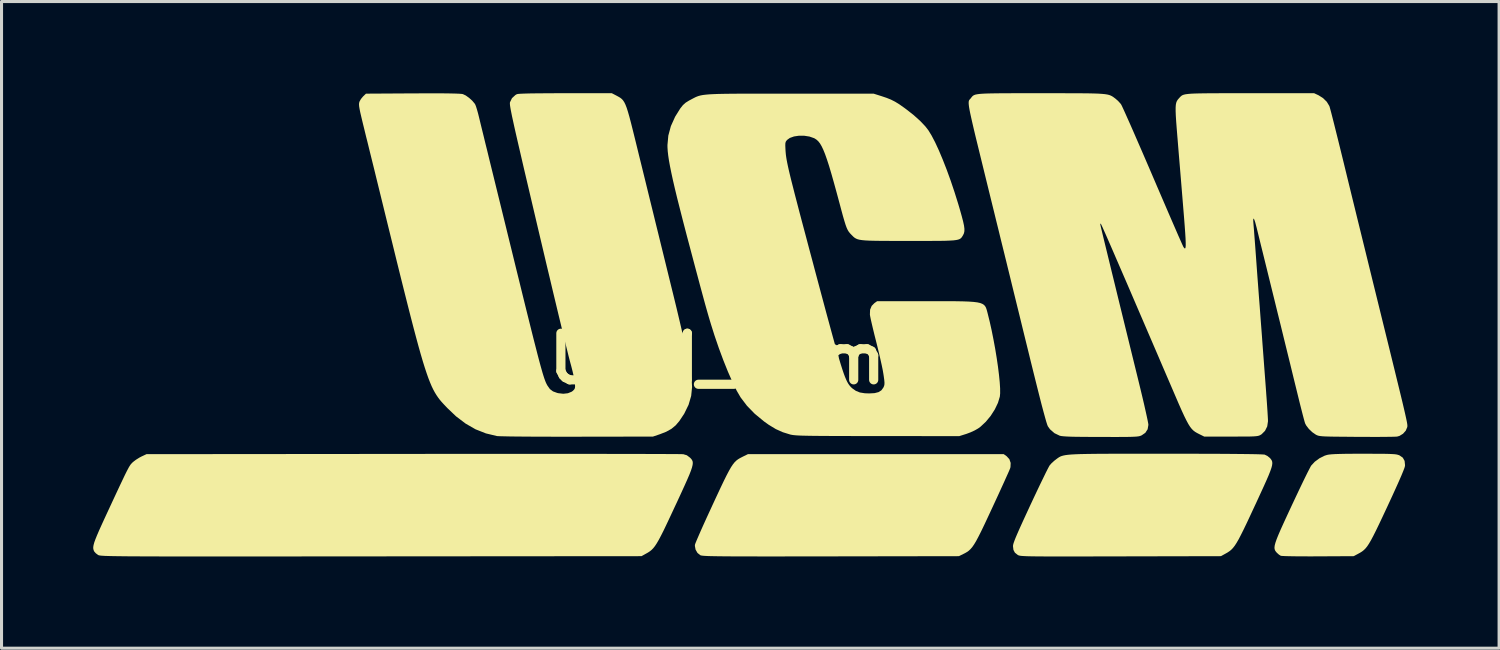
<source format=kicad_pcb>
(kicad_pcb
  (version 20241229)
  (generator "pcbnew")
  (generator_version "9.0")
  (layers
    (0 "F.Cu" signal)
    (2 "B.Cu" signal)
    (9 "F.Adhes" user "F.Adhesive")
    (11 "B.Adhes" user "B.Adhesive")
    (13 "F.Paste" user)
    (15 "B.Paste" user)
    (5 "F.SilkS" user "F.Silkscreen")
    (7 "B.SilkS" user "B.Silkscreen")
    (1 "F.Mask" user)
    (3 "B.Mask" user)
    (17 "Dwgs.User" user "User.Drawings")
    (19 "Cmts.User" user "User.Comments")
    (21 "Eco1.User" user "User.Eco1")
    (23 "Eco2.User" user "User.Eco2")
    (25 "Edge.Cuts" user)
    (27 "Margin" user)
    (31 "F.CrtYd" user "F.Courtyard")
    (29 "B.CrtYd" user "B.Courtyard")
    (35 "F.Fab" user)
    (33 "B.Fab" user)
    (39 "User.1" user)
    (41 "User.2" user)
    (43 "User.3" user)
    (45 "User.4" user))
  (footprint "UCM_15mm"
    (layer "F.Cu")
    (at 21.432 8.687)
    (property "Reference" "UCM_15mm" (at 0 0 0) (layer "F.SilkS") (effects (font (size 1.524 1.524) (thickness 0.3))))
    (attr board_only exclude_from_pos_files exclude_from_bom)
    (fp_poly (pts (xy 8.449 3.187) (xy 8.539 3.284) (xy 8.582 3.407) (xy 8.576 3.544) (xy 8.564 3.586) (xy 8.544 3.635) (xy 8.503 3.73) (xy 8.442 3.865) (xy 8.366 4.035) (xy 8.275 4.234) (xy 8.174 4.455) (xy 8.064 4.693) (xy 7.981 4.872) (xy 7.84 5.175) (xy 7.72 5.431) (xy 7.618 5.643) (xy 7.53 5.817) (xy 7.455 5.958) (xy 7.388 6.07) (xy 7.328 6.157) (xy 7.27 6.225) (xy 7.213 6.279) (xy 7.153 6.322) (xy 7.087 6.36) (xy 7.033 6.387) (xy 6.889 6.458) (xy 2.704 6.465) (xy 2.127 6.466) (xy 1.604 6.466) (xy 1.133 6.467) (xy 0.712 6.467) (xy 0.337 6.467) (xy 0.006 6.466) (xy -0.284 6.466) (xy -0.536 6.465) (xy -0.753 6.463) (xy -0.937 6.462) (xy -1.091 6.459) (xy -1.218 6.457) (xy -1.32 6.454) (xy -1.401 6.45) (xy -1.463 6.446) (xy -1.509 6.441) (xy -1.541 6.436) (xy -1.563 6.43) (xy -1.573 6.426) (xy -1.664 6.352) (xy -1.726 6.244) (xy -1.749 6.123) (xy -1.746 6.082) (xy -1.731 6.037) (xy -1.694 5.946) (xy -1.637 5.814) (xy -1.564 5.646) (xy -1.476 5.449) (xy -1.376 5.228) (xy -1.266 4.989) (xy -1.16 4.759) (xy -1.018 4.453) (xy -0.897 4.195) (xy -0.794 3.98) (xy -0.706 3.803) (xy -0.63 3.66) (xy -0.565 3.546) (xy -0.505 3.456) (xy -0.45 3.387) (xy -0.395 3.333) (xy -0.338 3.289) (xy -0.275 3.251) (xy -0.205 3.215) (xy -0.186 3.205) (xy -0.014 3.121) (xy 8.356 3.121)) (stroke (width 0) (type solid)) (fill yes) (layer "F.SilkS"))
    (fp_poly (pts (xy 20.135 3.107) (xy 20.411 3.108) (xy 20.637 3.109) (xy 20.816 3.11) (xy 20.957 3.113) (xy 21.065 3.118) (xy 21.145 3.123) (xy 21.205 3.131) (xy 21.25 3.142) (xy 21.287 3.154) (xy 21.303 3.161) (xy 21.411 3.236) (xy 21.47 3.342) (xy 21.484 3.481) (xy 21.48 3.517) (xy 21.464 3.573) (xy 21.424 3.677) (xy 21.363 3.825) (xy 21.281 4.013) (xy 21.18 4.238) (xy 21.063 4.495) (xy 20.93 4.782) (xy 20.9 4.847) (xy 20.758 5.15) (xy 20.637 5.406) (xy 20.534 5.619) (xy 20.446 5.794) (xy 20.371 5.935) (xy 20.305 6.048) (xy 20.246 6.137) (xy 20.19 6.206) (xy 20.135 6.26) (xy 20.078 6.305) (xy 20.016 6.344) (xy 19.949 6.381) (xy 19.805 6.458) (xy 18.64 6.464) (xy 18.385 6.465) (xy 18.146 6.464) (xy 17.93 6.463) (xy 17.744 6.46) (xy 17.593 6.457) (xy 17.485 6.452) (xy 17.426 6.447) (xy 17.418 6.445) (xy 17.359 6.408) (xy 17.293 6.349) (xy 17.288 6.344) (xy 17.255 6.305) (xy 17.231 6.267) (xy 17.216 6.222) (xy 17.213 6.168) (xy 17.222 6.099) (xy 17.246 6.011) (xy 17.285 5.899) (xy 17.342 5.758) (xy 17.417 5.584) (xy 17.513 5.372) (xy 17.63 5.118) (xy 17.77 4.817) (xy 17.776 4.804) (xy 17.893 4.555) (xy 18.005 4.318) (xy 18.109 4.1) (xy 18.203 3.906) (xy 18.284 3.742) (xy 18.349 3.615) (xy 18.394 3.529) (xy 18.414 3.495) (xy 18.531 3.369) (xy 18.684 3.256) (xy 18.851 3.172) (xy 18.933 3.146) (xy 18.992 3.135) (xy 19.076 3.126) (xy 19.191 3.119) (xy 19.341 3.114) (xy 19.533 3.11) (xy 19.771 3.108) (xy 20.06 3.107)) (stroke (width 0) (type solid)) (fill yes) (layer "F.SilkS"))
    (fp_poly (pts (xy 13.42 3.107) (xy 13.651 3.107) (xy 14.212 3.107) (xy 14.722 3.108) (xy 15.18 3.109) (xy 15.585 3.111) (xy 15.937 3.114) (xy 16.235 3.117) (xy 16.479 3.12) (xy 16.667 3.124) (xy 16.799 3.129) (xy 16.875 3.134) (xy 16.891 3.136) (xy 16.982 3.18) (xy 17.063 3.246) (xy 17.071 3.254) (xy 17.101 3.292) (xy 17.125 3.33) (xy 17.139 3.373) (xy 17.142 3.424) (xy 17.134 3.489) (xy 17.112 3.572) (xy 17.075 3.678) (xy 17.022 3.812) (xy 16.95 3.978) (xy 16.859 4.181) (xy 16.747 4.425) (xy 16.613 4.716) (xy 16.576 4.795) (xy 16.432 5.104) (xy 16.31 5.365) (xy 16.205 5.583) (xy 16.115 5.763) (xy 16.039 5.909) (xy 15.971 6.026) (xy 15.911 6.118) (xy 15.854 6.19) (xy 15.799 6.248) (xy 15.741 6.295) (xy 15.68 6.336) (xy 15.615 6.373) (xy 15.461 6.458) (xy 12.182 6.465) (xy 11.678 6.466) (xy 11.228 6.467) (xy 10.83 6.468) (xy 10.479 6.468) (xy 10.173 6.468) (xy 9.909 6.468) (xy 9.683 6.467) (xy 9.492 6.466) (xy 9.333 6.464) (xy 9.203 6.462) (xy 9.098 6.459) (xy 9.016 6.455) (xy 8.953 6.451) (xy 8.906 6.446) (xy 8.871 6.44) (xy 8.846 6.433) (xy 8.828 6.426) (xy 8.813 6.417) (xy 8.811 6.416) (xy 8.721 6.344) (xy 8.673 6.255) (xy 8.658 6.132) (xy 8.658 6.126) (xy 8.663 6.087) (xy 8.678 6.03) (xy 8.706 5.951) (xy 8.748 5.845) (xy 8.806 5.709) (xy 8.882 5.537) (xy 8.977 5.327) (xy 9.094 5.073) (xy 9.223 4.794) (xy 9.34 4.544) (xy 9.452 4.307) (xy 9.556 4.089) (xy 9.65 3.896) (xy 9.729 3.733) (xy 9.793 3.606) (xy 9.838 3.521) (xy 9.859 3.486) (xy 9.924 3.413) (xy 10.013 3.333) (xy 10.064 3.294) (xy 10.102 3.265) (xy 10.137 3.24) (xy 10.173 3.217) (xy 10.211 3.197) (xy 10.256 3.18) (xy 10.311 3.165) (xy 10.379 3.152) (xy 10.463 3.141) (xy 10.567 3.132) (xy 10.694 3.125) (xy 10.848 3.119) (xy 11.031 3.115) (xy 11.247 3.112) (xy 11.499 3.109) (xy 11.791 3.108) (xy 12.126 3.107) (xy 12.506 3.107) (xy 12.937 3.107)) (stroke (width 0) (type solid)) (fill yes) (layer "F.SilkS"))
    (fp_poly (pts (xy -6.998 3.111) (xy -6.411 3.111) (xy -5.852 3.111) (xy -5.323 3.112) (xy -4.827 3.112) (xy -4.365 3.113) (xy -3.94 3.113) (xy -3.553 3.114) (xy -3.209 3.115) (xy -2.907 3.116) (xy -2.652 3.117) (xy -2.445 3.118) (xy -2.288 3.119) (xy -2.183 3.121) (xy -2.133 3.122) (xy -2.13 3.122) (xy -2.012 3.157) (xy -1.91 3.234) (xy -1.904 3.239) (xy -1.868 3.277) (xy -1.841 3.315) (xy -1.823 3.357) (xy -1.817 3.408) (xy -1.823 3.472) (xy -1.843 3.555) (xy -1.878 3.661) (xy -1.93 3.794) (xy -2.001 3.959) (xy -2.091 4.16) (xy -2.202 4.403) (xy -2.335 4.691) (xy -2.395 4.818) (xy -2.538 5.125) (xy -2.66 5.384) (xy -2.763 5.6) (xy -2.852 5.777) (xy -2.928 5.921) (xy -2.995 6.036) (xy -3.055 6.127) (xy -3.111 6.198) (xy -3.166 6.254) (xy -3.223 6.3) (xy -3.284 6.34) (xy -3.341 6.372) (xy -3.495 6.458) (xy -12.34 6.465) (xy -13.186 6.466) (xy -13.976 6.466) (xy -14.712 6.467) (xy -15.396 6.467) (xy -16.03 6.468) (xy -16.617 6.468) (xy -17.157 6.468) (xy -17.653 6.468) (xy -18.108 6.468) (xy -18.521 6.468) (xy -18.897 6.467) (xy -19.235 6.467) (xy -19.54 6.466) (xy -19.811 6.465) (xy -20.052 6.464) (xy -20.264 6.463) (xy -20.449 6.461) (xy -20.61 6.459) (xy -20.747 6.457) (xy -20.863 6.455) (xy -20.959 6.452) (xy -21.039 6.45) (xy -21.102 6.446) (xy -21.153 6.443) (xy -21.191 6.439) (xy -21.22 6.435) (xy -21.242 6.431) (xy -21.257 6.426) (xy -21.269 6.421) (xy -21.277 6.416) (xy -21.348 6.363) (xy -21.397 6.308) (xy -21.4 6.303) (xy -21.419 6.261) (xy -21.43 6.216) (xy -21.432 6.164) (xy -21.422 6.099) (xy -21.4 6.015) (xy -21.362 5.909) (xy -21.308 5.775) (xy -21.236 5.608) (xy -21.143 5.402) (xy -21.029 5.154) (xy -20.931 4.943) (xy -20.786 4.631) (xy -20.663 4.367) (xy -20.56 4.147) (xy -20.474 3.966) (xy -20.404 3.819) (xy -20.347 3.703) (xy -20.3 3.613) (xy -20.263 3.544) (xy -20.231 3.493) (xy -20.204 3.454) (xy -20.178 3.425) (xy -20.153 3.399) (xy -20.127 3.375) (xy -20.034 3.304) (xy -19.919 3.232) (xy -19.852 3.197) (xy -19.69 3.121) (xy -10.974 3.113) (xy -10.268 3.112) (xy -9.577 3.112) (xy -8.901 3.111) (xy -8.245 3.111) (xy -7.61 3.111)) (stroke (width 0) (type solid)) (fill yes) (layer "F.SilkS"))
    (fp_poly (pts (xy -4.311 -8.607) (xy -4.247 -8.572) (xy -4.191 -8.539) (xy -4.143 -8.501) (xy -4.1 -8.455) (xy -4.06 -8.395) (xy -4.021 -8.316) (xy -3.981 -8.213) (xy -3.939 -8.082) (xy -3.892 -7.918) (xy -3.839 -7.716) (xy -3.777 -7.47) (xy -3.704 -7.176) (xy -3.654 -6.972) (xy -3.573 -6.641) (xy -3.482 -6.273) (xy -3.386 -5.883) (xy -3.289 -5.486) (xy -3.194 -5.099) (xy -3.104 -4.735) (xy -3.025 -4.411) (xy -3.019 -4.387) (xy -2.943 -4.079) (xy -2.862 -3.748) (xy -2.778 -3.408) (xy -2.695 -3.07) (xy -2.616 -2.748) (xy -2.544 -2.455) (xy -2.482 -2.203) (xy -2.474 -2.172) (xy -2.348 -1.655) (xy -2.238 -1.191) (xy -2.142 -0.777) (xy -2.06 -0.411) (xy -1.992 -0.09) (xy -1.937 0.187) (xy -1.895 0.424) (xy -1.866 0.623) (xy -1.848 0.786) (xy -1.841 0.916) (xy -1.841 0.93) (xy -1.87 1.216) (xy -1.955 1.505) (xy -2.097 1.796) (xy -2.256 2.036) (xy -2.379 2.18) (xy -2.518 2.294) (xy -2.687 2.388) (xy -2.891 2.468) (xy -3.121 2.546) (xy -5.595 2.55) (xy -5.988 2.55) (xy -6.363 2.55) (xy -6.716 2.549) (xy -7.042 2.548) (xy -7.337 2.546) (xy -7.597 2.544) (xy -7.819 2.541) (xy -7.997 2.537) (xy -8.128 2.534) (xy -8.208 2.53) (xy -8.226 2.528) (xy -8.585 2.442) (xy -8.924 2.308) (xy -9.248 2.122) (xy -9.562 1.884) (xy -9.84 1.619) (xy -9.911 1.546) (xy -9.976 1.476) (xy -10.038 1.408) (xy -10.096 1.339) (xy -10.151 1.266) (xy -10.204 1.188) (xy -10.256 1.103) (xy -10.308 1.007) (xy -10.36 0.899) (xy -10.412 0.776) (xy -10.467 0.636) (xy -10.523 0.477) (xy -10.583 0.296) (xy -10.647 0.091) (xy -10.715 -0.14) (xy -10.788 -0.399) (xy -10.867 -0.69) (xy -10.953 -1.014) (xy -11.046 -1.373) (xy -11.147 -1.77) (xy -11.257 -2.207) (xy -11.377 -2.687) (xy -11.507 -3.211) (xy -11.647 -3.783) (xy -11.8 -4.403) (xy -11.965 -5.076) (xy -12.11 -5.667) (xy -12.175 -5.931) (xy -12.246 -6.223) (xy -12.321 -6.525) (xy -12.394 -6.82) (xy -12.46 -7.09) (xy -12.504 -7.263) (xy -12.57 -7.534) (xy -12.624 -7.754) (xy -12.666 -7.931) (xy -12.698 -8.069) (xy -12.719 -8.175) (xy -12.732 -8.254) (xy -12.737 -8.312) (xy -12.735 -8.356) (xy -12.728 -8.391) (xy -12.717 -8.422) (xy -12.672 -8.5) (xy -12.607 -8.579) (xy -12.595 -8.59) (xy -12.509 -8.673) (xy -10.979 -8.682) (xy -10.594 -8.683) (xy -10.265 -8.684) (xy -9.988 -8.683) (xy -9.763 -8.68) (xy -9.587 -8.676) (xy -9.458 -8.671) (xy -9.374 -8.664) (xy -9.339 -8.658) (xy -9.244 -8.613) (xy -9.135 -8.535) (xy -9.032 -8.442) (xy -8.953 -8.348) (xy -8.932 -8.313) (xy -8.909 -8.254) (xy -8.878 -8.154) (xy -8.843 -8.03) (xy -8.82 -7.938) (xy -8.796 -7.84) (xy -8.761 -7.695) (xy -8.716 -7.511) (xy -8.663 -7.297) (xy -8.606 -7.061) (xy -8.544 -6.812) (xy -8.486 -6.573) (xy -8.422 -6.312) (xy -8.347 -6.008) (xy -8.265 -5.673) (xy -8.178 -5.319) (xy -8.089 -4.958) (xy -8.002 -4.603) (xy -7.919 -4.266) (xy -7.882 -4.113) (xy -7.733 -3.508) (xy -7.598 -2.956) (xy -7.474 -2.454) (xy -7.363 -2.001) (xy -7.262 -1.592) (xy -7.171 -1.227) (xy -7.09 -0.902) (xy -7.018 -0.615) (xy -6.953 -0.363) (xy -6.897 -0.143) (xy -6.847 0.047) (xy -6.803 0.21) (xy -6.764 0.349) (xy -6.731 0.465) (xy -6.701 0.562) (xy -6.675 0.642) (xy -6.651 0.708) (xy -6.63 0.763) (xy -6.609 0.809) (xy -6.589 0.848) (xy -6.571 0.88) (xy -6.491 0.992) (xy -6.391 1.067) (xy -6.255 1.117) (xy -6.218 1.126) (xy -6.054 1.145) (xy -5.903 1.128) (xy -5.778 1.077) (xy -5.737 1.046) (xy -5.696 1.003) (xy -5.674 0.961) (xy -5.668 0.902) (xy -5.674 0.808) (xy -5.676 0.782) (xy -5.69 0.687) (xy -5.717 0.551) (xy -5.755 0.391) (xy -5.799 0.219) (xy -5.824 0.129) (xy -5.846 0.046) (xy -5.881 -0.089) (xy -5.926 -0.273) (xy -5.983 -0.502) (xy -6.049 -0.773) (xy -6.123 -1.081) (xy -6.206 -1.423) (xy -6.295 -1.796) (xy -6.391 -2.196) (xy -6.491 -2.619) (xy -6.597 -3.061) (xy -6.705 -3.519) (xy -6.816 -3.989) (xy -6.891 -4.307) (xy -7.021 -4.861) (xy -7.139 -5.363) (xy -7.245 -5.814) (xy -7.34 -6.217) (xy -7.423 -6.575) (xy -7.496 -6.891) (xy -7.56 -7.167) (xy -7.615 -7.407) (xy -7.661 -7.612) (xy -7.699 -7.787) (xy -7.731 -7.933) (xy -7.755 -8.053) (xy -7.774 -8.15) (xy -7.787 -8.226) (xy -7.796 -8.285) (xy -7.8 -8.33) (xy -7.801 -8.362) (xy -7.799 -8.385) (xy -7.797 -8.393) (xy -7.733 -8.525) (xy -7.62 -8.629) (xy -7.574 -8.655) (xy -7.537 -8.663) (xy -7.457 -8.67) (xy -7.332 -8.675) (xy -7.159 -8.68) (xy -6.938 -8.683) (xy -6.665 -8.685) (xy -6.339 -8.687) (xy -5.988 -8.687) (xy -4.465 -8.687)) (stroke (width 0) (type solid)) (fill yes) (layer "F.SilkS"))
    (fp_poly (pts (xy 1.15 -8.673) (xy 1.366 -8.673) (xy 4.099 -8.673) (xy 4.352 -8.593) (xy 4.522 -8.536) (xy 4.666 -8.478) (xy 4.8 -8.41) (xy 4.94 -8.324) (xy 5.1 -8.211) (xy 5.173 -8.157) (xy 5.413 -7.968) (xy 5.62 -7.782) (xy 5.787 -7.607) (xy 5.889 -7.476) (xy 5.995 -7.303) (xy 6.111 -7.081) (xy 6.234 -6.815) (xy 6.361 -6.513) (xy 6.491 -6.181) (xy 6.62 -5.825) (xy 6.745 -5.453) (xy 6.865 -5.07) (xy 6.92 -4.884) (xy 6.982 -4.664) (xy 7.027 -4.491) (xy 7.056 -4.356) (xy 7.069 -4.253) (xy 7.068 -4.172) (xy 7.054 -4.106) (xy 7.027 -4.048) (xy 7.02 -4.036) (xy 6.997 -3.998) (xy 6.974 -3.965) (xy 6.947 -3.938) (xy 6.912 -3.916) (xy 6.863 -3.898) (xy 6.796 -3.884) (xy 6.706 -3.873) (xy 6.59 -3.866) (xy 6.441 -3.86) (xy 6.256 -3.857) (xy 6.029 -3.856) (xy 5.757 -3.855) (xy 5.434 -3.855) (xy 5.244 -3.855) (xy 4.893 -3.855) (xy 4.594 -3.856) (xy 4.343 -3.857) (xy 4.136 -3.86) (xy 3.966 -3.864) (xy 3.83 -3.871) (xy 3.722 -3.881) (xy 3.637 -3.894) (xy 3.572 -3.911) (xy 3.52 -3.933) (xy 3.477 -3.959) (xy 3.438 -3.991) (xy 3.399 -4.03) (xy 3.371 -4.058) (xy 3.325 -4.106) (xy 3.286 -4.155) (xy 3.251 -4.212) (xy 3.217 -4.285) (xy 3.182 -4.38) (xy 3.143 -4.505) (xy 3.096 -4.667) (xy 3.04 -4.873) (xy 3.002 -5.017) (xy 2.895 -5.414) (xy 2.8 -5.759) (xy 2.716 -6.056) (xy 2.641 -6.308) (xy 2.572 -6.52) (xy 2.51 -6.696) (xy 2.452 -6.839) (xy 2.397 -6.954) (xy 2.344 -7.044) (xy 2.29 -7.113) (xy 2.234 -7.165) (xy 2.175 -7.204) (xy 2.151 -7.217) (xy 1.999 -7.27) (xy 1.829 -7.296) (xy 1.656 -7.297) (xy 1.494 -7.273) (xy 1.359 -7.225) (xy 1.279 -7.168) (xy 1.244 -7.131) (xy 1.222 -7.095) (xy 1.211 -7.047) (xy 1.209 -6.974) (xy 1.214 -6.862) (xy 1.217 -6.803) (xy 1.222 -6.741) (xy 1.228 -6.676) (xy 1.238 -6.603) (xy 1.251 -6.521) (xy 1.269 -6.426) (xy 1.292 -6.314) (xy 1.321 -6.183) (xy 1.357 -6.03) (xy 1.401 -5.85) (xy 1.454 -5.642) (xy 1.515 -5.401) (xy 1.587 -5.125) (xy 1.669 -4.81) (xy 1.763 -4.454) (xy 1.87 -4.053) (xy 1.989 -3.603) (xy 2.123 -3.103) (xy 2.171 -2.92) (xy 2.312 -2.393) (xy 2.439 -1.918) (xy 2.553 -1.493) (xy 2.656 -1.115) (xy 2.747 -0.781) (xy 2.828 -0.487) (xy 2.901 -0.232) (xy 2.965 -0.011) (xy 3.022 0.178) (xy 3.073 0.339) (xy 3.118 0.473) (xy 3.159 0.584) (xy 3.197 0.675) (xy 3.232 0.75) (xy 3.266 0.81) (xy 3.299 0.859) (xy 3.333 0.901) (xy 3.367 0.937) (xy 3.404 0.97) (xy 3.404 0.97) (xy 3.519 1.051) (xy 3.649 1.103) (xy 3.81 1.129) (xy 3.955 1.134) (xy 4.131 1.124) (xy 4.26 1.091) (xy 4.353 1.032) (xy 4.417 0.943) (xy 4.422 0.934) (xy 4.442 0.887) (xy 4.452 0.84) (xy 4.454 0.781) (xy 4.447 0.696) (xy 4.43 0.572) (xy 4.419 0.499) (xy 4.398 0.376) (xy 4.364 0.21) (xy 4.32 0.013) (xy 4.27 -0.203) (xy 4.216 -0.425) (xy 4.179 -0.572) (xy 4.127 -0.777) (xy 4.08 -0.971) (xy 4.039 -1.145) (xy 4.006 -1.289) (xy 3.985 -1.394) (xy 3.977 -1.447) (xy 3.983 -1.605) (xy 4.035 -1.73) (xy 4.124 -1.82) (xy 4.214 -1.884) (xy 5.811 -1.884) (xy 6.189 -1.884) (xy 6.514 -1.884) (xy 6.79 -1.882) (xy 7.021 -1.878) (xy 7.212 -1.871) (xy 7.366 -1.86) (xy 7.489 -1.845) (xy 7.584 -1.824) (xy 7.656 -1.796) (xy 7.709 -1.762) (xy 7.747 -1.72) (xy 7.775 -1.669) (xy 7.796 -1.608) (xy 7.816 -1.537) (xy 7.827 -1.494) (xy 7.895 -1.22) (xy 7.96 -0.929) (xy 8.02 -0.628) (xy 8.076 -0.325) (xy 8.125 -0.026) (xy 8.167 0.26) (xy 8.2 0.526) (xy 8.224 0.765) (xy 8.237 0.969) (xy 8.238 1.132) (xy 8.228 1.237) (xy 8.167 1.441) (xy 8.064 1.656) (xy 7.929 1.867) (xy 7.77 2.06) (xy 7.598 2.221) (xy 7.519 2.279) (xy 7.41 2.342) (xy 7.274 2.405) (xy 7.139 2.456) (xy 7.13 2.459) (xy 6.901 2.531) (xy 4.234 2.529) (xy 3.779 2.529) (xy 3.377 2.528) (xy 3.025 2.527) (xy 2.72 2.526) (xy 2.457 2.525) (xy 2.233 2.523) (xy 2.045 2.521) (xy 1.889 2.518) (xy 1.76 2.515) (xy 1.656 2.511) (xy 1.572 2.506) (xy 1.505 2.5) (xy 1.452 2.494) (xy 1.408 2.486) (xy 1.369 2.478) (xy 1.366 2.477) (xy 1.127 2.403) (xy 0.9 2.301) (xy 0.67 2.162) (xy 0.513 2.05) (xy 0.208 1.798) (xy -0.045 1.538) (xy -0.252 1.265) (xy -0.381 1.044) (xy -0.522 0.754) (xy -0.669 0.419) (xy -0.818 0.048) (xy -0.965 -0.348) (xy -1.106 -0.759) (xy -1.22 -1.12) (xy -1.256 -1.239) (xy -1.292 -1.36) (xy -1.329 -1.488) (xy -1.369 -1.628) (xy -1.413 -1.785) (xy -1.462 -1.964) (xy -1.518 -2.171) (xy -1.583 -2.411) (xy -1.657 -2.689) (xy -1.743 -3.01) (xy -1.841 -3.38) (xy -1.879 -3.524) (xy -2.013 -4.028) (xy -2.131 -4.481) (xy -2.234 -4.885) (xy -2.325 -5.244) (xy -2.402 -5.562) (xy -2.467 -5.842) (xy -2.52 -6.087) (xy -2.563 -6.3) (xy -2.597 -6.486) (xy -2.621 -6.648) (xy -2.637 -6.788) (xy -2.645 -6.911) (xy -2.646 -6.99) (xy -2.618 -7.3) (xy -2.534 -7.611) (xy -2.395 -7.919) (xy -2.228 -8.187) (xy -2.141 -8.297) (xy -2.051 -8.378) (xy -1.935 -8.45) (xy -1.907 -8.464) (xy -1.844 -8.498) (xy -1.787 -8.528) (xy -1.734 -8.555) (xy -1.681 -8.578) (xy -1.625 -8.598) (xy -1.56 -8.615) (xy -1.485 -8.629) (xy -1.394 -8.64) (xy -1.285 -8.65) (xy -1.154 -8.657) (xy -0.996 -8.663) (xy -0.809 -8.667) (xy -0.588 -8.67) (xy -0.33 -8.672) (xy -0.031 -8.673) (xy 0.313 -8.673) (xy 0.706 -8.673)) (stroke (width 0) (type solid)) (fill yes) (layer "F.SilkS"))
    (fp_poly (pts (xy 10.334 -8.687) (xy 10.638 -8.686) (xy 10.897 -8.685) (xy 11.116 -8.683) (xy 11.298 -8.679) (xy 11.447 -8.674) (xy 11.568 -8.666) (xy 11.665 -8.657) (xy 11.742 -8.645) (xy 11.804 -8.63) (xy 11.854 -8.611) (xy 11.896 -8.59) (xy 11.936 -8.565) (xy 11.976 -8.535) (xy 12.005 -8.514) (xy 12.094 -8.437) (xy 12.175 -8.348) (xy 12.197 -8.318) (xy 12.219 -8.275) (xy 12.262 -8.183) (xy 12.324 -8.047) (xy 12.403 -7.87) (xy 12.498 -7.657) (xy 12.606 -7.411) (xy 12.725 -7.137) (xy 12.855 -6.839) (xy 12.993 -6.52) (xy 13.137 -6.186) (xy 13.231 -5.967) (xy 13.377 -5.626) (xy 13.518 -5.299) (xy 13.651 -4.99) (xy 13.774 -4.704) (xy 13.887 -4.444) (xy 13.987 -4.214) (xy 14.072 -4.018) (xy 14.142 -3.861) (xy 14.193 -3.746) (xy 14.225 -3.677) (xy 14.234 -3.659) (xy 14.259 -3.624) (xy 14.279 -3.608) (xy 14.294 -3.614) (xy 14.304 -3.647) (xy 14.309 -3.71) (xy 14.308 -3.807) (xy 14.303 -3.943) (xy 14.292 -4.12) (xy 14.276 -4.342) (xy 14.255 -4.614) (xy 14.228 -4.94) (xy 14.227 -4.954) (xy 14.201 -5.271) (xy 14.173 -5.612) (xy 14.144 -5.963) (xy 14.115 -6.312) (xy 14.087 -6.645) (xy 14.062 -6.949) (xy 14.041 -7.21) (xy 14.038 -7.243) (xy 14.015 -7.528) (xy 13.997 -7.762) (xy 13.985 -7.951) (xy 13.979 -8.1) (xy 13.979 -8.216) (xy 13.985 -8.306) (xy 13.998 -8.374) (xy 14.018 -8.427) (xy 14.045 -8.471) (xy 14.08 -8.513) (xy 14.091 -8.524) (xy 14.118 -8.555) (xy 14.144 -8.581) (xy 14.171 -8.604) (xy 14.203 -8.623) (xy 14.245 -8.639) (xy 14.301 -8.652) (xy 14.375 -8.662) (xy 14.471 -8.671) (xy 14.593 -8.677) (xy 14.744 -8.681) (xy 14.93 -8.684) (xy 15.154 -8.686) (xy 15.42 -8.687) (xy 15.732 -8.687) (xy 16.095 -8.687) (xy 16.417 -8.687) (xy 18.511 -8.687) (xy 18.655 -8.62) (xy 18.801 -8.528) (xy 18.924 -8.407) (xy 19.006 -8.272) (xy 19.008 -8.269) (xy 19.02 -8.231) (xy 19.041 -8.155) (xy 19.072 -8.039) (xy 19.112 -7.882) (xy 19.163 -7.682) (xy 19.224 -7.437) (xy 19.297 -7.145) (xy 19.381 -6.804) (xy 19.477 -6.414) (xy 19.585 -5.971) (xy 19.706 -5.475) (xy 19.747 -5.307) (xy 19.796 -5.108) (xy 19.857 -4.859) (xy 19.929 -4.565) (xy 20.011 -4.232) (xy 20.101 -3.866) (xy 20.198 -3.472) (xy 20.3 -3.056) (xy 20.406 -2.624) (xy 20.515 -2.182) (xy 20.625 -1.734) (xy 20.712 -1.381) (xy 20.839 -0.865) (xy 20.953 -0.403) (xy 21.054 0.009) (xy 21.144 0.375) (xy 21.222 0.696) (xy 21.291 0.977) (xy 21.35 1.219) (xy 21.4 1.426) (xy 21.441 1.601) (xy 21.475 1.747) (xy 21.502 1.867) (xy 21.523 1.963) (xy 21.539 2.039) (xy 21.55 2.098) (xy 21.557 2.143) (xy 21.56 2.176) (xy 21.561 2.2) (xy 21.559 2.219) (xy 21.557 2.235) (xy 21.508 2.352) (xy 21.418 2.453) (xy 21.302 2.524) (xy 21.223 2.546) (xy 21.168 2.549) (xy 21.062 2.552) (xy 20.912 2.554) (xy 20.726 2.556) (xy 20.508 2.557) (xy 20.267 2.556) (xy 20.01 2.555) (xy 19.891 2.555) (xy 19.596 2.552) (xy 19.352 2.55) (xy 19.155 2.548) (xy 18.998 2.545) (xy 18.876 2.541) (xy 18.783 2.536) (xy 18.715 2.529) (xy 18.664 2.521) (xy 18.626 2.51) (xy 18.594 2.497) (xy 18.566 2.483) (xy 18.45 2.403) (xy 18.338 2.296) (xy 18.25 2.181) (xy 18.215 2.114) (xy 18.2 2.065) (xy 18.173 1.968) (xy 18.137 1.831) (xy 18.093 1.659) (xy 18.043 1.462) (xy 17.99 1.246) (xy 17.963 1.136) (xy 17.842 0.644) (xy 17.731 0.187) (xy 17.624 -0.247) (xy 17.52 -0.67) (xy 17.416 -1.096) (xy 17.307 -1.536) (xy 17.192 -2.004) (xy 17.067 -2.511) (xy 17.03 -2.661) (xy 16.96 -2.946) (xy 16.892 -3.221) (xy 16.828 -3.481) (xy 16.769 -3.718) (xy 16.718 -3.926) (xy 16.676 -4.098) (xy 16.644 -4.228) (xy 16.624 -4.31) (xy 16.622 -4.315) (xy 16.585 -4.455) (xy 16.555 -4.546) (xy 16.533 -4.586) (xy 16.52 -4.575) (xy 16.518 -4.509) (xy 16.524 -4.43) (xy 16.53 -4.351) (xy 16.541 -4.224) (xy 16.553 -4.06) (xy 16.568 -3.868) (xy 16.584 -3.657) (xy 16.599 -3.452) (xy 16.617 -3.206) (xy 16.636 -2.944) (xy 16.655 -2.683) (xy 16.674 -2.437) (xy 16.69 -2.223) (xy 16.698 -2.114) (xy 16.711 -1.944) (xy 16.728 -1.73) (xy 16.746 -1.484) (xy 16.766 -1.218) (xy 16.787 -0.946) (xy 16.807 -0.68) (xy 16.812 -0.604) (xy 16.833 -0.326) (xy 16.856 -0.024) (xy 16.879 0.286) (xy 16.902 0.589) (xy 16.923 0.868) (xy 16.941 1.107) (xy 16.942 1.13) (xy 16.958 1.343) (xy 16.972 1.545) (xy 16.984 1.726) (xy 16.993 1.877) (xy 16.999 1.988) (xy 17 2.046) (xy 16.975 2.213) (xy 16.903 2.358) (xy 16.792 2.469) (xy 16.771 2.482) (xy 16.741 2.5) (xy 16.709 2.514) (xy 16.668 2.525) (xy 16.612 2.533) (xy 16.535 2.539) (xy 16.428 2.543) (xy 16.287 2.545) (xy 16.103 2.545) (xy 15.87 2.546) (xy 15.792 2.546) (xy 14.915 2.546) (xy 14.753 2.466) (xy 14.681 2.429) (xy 14.618 2.392) (xy 14.56 2.348) (xy 14.506 2.294) (xy 14.452 2.225) (xy 14.395 2.135) (xy 14.333 2.02) (xy 14.261 1.875) (xy 14.178 1.695) (xy 14.081 1.476) (xy 13.967 1.211) (xy 13.873 0.992) (xy 13.588 0.33) (xy 13.326 -0.281) (xy 13.084 -0.843) (xy 12.863 -1.357) (xy 12.662 -1.824) (xy 12.481 -2.246) (xy 12.317 -2.626) (xy 12.171 -2.963) (xy 12.042 -3.261) (xy 11.93 -3.521) (xy 11.833 -3.744) (xy 11.751 -3.932) (xy 11.683 -4.087) (xy 11.628 -4.209) (xy 11.587 -4.302) (xy 11.557 -4.366) (xy 11.539 -4.404) (xy 11.532 -4.415) (xy 11.513 -4.42) (xy 11.519 -4.372) (xy 11.536 -4.297) (xy 11.567 -4.168) (xy 11.61 -3.989) (xy 11.665 -3.763) (xy 11.731 -3.493) (xy 11.807 -3.181) (xy 11.892 -2.831) (xy 11.987 -2.444) (xy 12.089 -2.025) (xy 12.199 -1.576) (xy 12.316 -1.099) (xy 12.439 -0.598) (xy 12.567 -0.076) (xy 12.7 0.465) (xy 12.761 0.714) (xy 12.827 0.985) (xy 12.889 1.243) (xy 12.945 1.481) (xy 12.993 1.694) (xy 13.033 1.874) (xy 13.063 2.016) (xy 13.082 2.115) (xy 13.088 2.162) (xy 13.063 2.306) (xy 12.988 2.422) (xy 12.871 2.503) (xy 12.84 2.517) (xy 12.806 2.529) (xy 12.763 2.538) (xy 12.705 2.545) (xy 12.627 2.55) (xy 12.524 2.554) (xy 12.389 2.557) (xy 12.217 2.558) (xy 12.003 2.559) (xy 11.74 2.558) (xy 11.533 2.558) (xy 11.212 2.557) (xy 10.944 2.555) (xy 10.724 2.553) (xy 10.548 2.549) (xy 10.411 2.543) (xy 10.309 2.536) (xy 10.237 2.528) (xy 10.19 2.518) (xy 10.189 2.518) (xy 10.014 2.434) (xy 9.869 2.307) (xy 9.798 2.207) (xy 9.779 2.159) (xy 9.749 2.066) (xy 9.709 1.926) (xy 9.658 1.74) (xy 9.595 1.504) (xy 9.522 1.218) (xy 9.437 0.881) (xy 9.34 0.492) (xy 9.23 0.048) (xy 9.148 -0.288) (xy 9.054 -0.668) (xy 8.961 -1.048) (xy 8.87 -1.421) (xy 8.781 -1.782) (xy 8.697 -2.124) (xy 8.619 -2.442) (xy 8.549 -2.73) (xy 8.487 -2.981) (xy 8.436 -3.191) (xy 8.396 -3.352) (xy 8.386 -3.394) (xy 8.327 -3.632) (xy 8.259 -3.907) (xy 8.187 -4.203) (xy 8.113 -4.501) (xy 8.044 -4.784) (xy 8 -4.962) (xy 7.875 -5.47) (xy 7.763 -5.926) (xy 7.664 -6.331) (xy 7.576 -6.69) (xy 7.499 -7.005) (xy 7.432 -7.278) (xy 7.376 -7.514) (xy 7.329 -7.716) (xy 7.291 -7.885) (xy 7.26 -8.026) (xy 7.237 -8.141) (xy 7.221 -8.233) (xy 7.212 -8.305) (xy 7.208 -8.361) (xy 7.209 -8.403) (xy 7.214 -8.434) (xy 7.223 -8.457) (xy 7.236 -8.476) (xy 7.251 -8.493) (xy 7.268 -8.511) (xy 7.281 -8.527) (xy 7.304 -8.557) (xy 7.326 -8.583) (xy 7.35 -8.605) (xy 7.382 -8.624) (xy 7.423 -8.64) (xy 7.48 -8.652) (xy 7.555 -8.663) (xy 7.654 -8.671) (xy 7.779 -8.677) (xy 7.934 -8.681) (xy 8.125 -8.684) (xy 8.355 -8.686) (xy 8.628 -8.687) (xy 8.947 -8.687) (xy 9.318 -8.687) (xy 9.574 -8.687) (xy 9.981 -8.687)) (stroke (width 0) (type solid)) (fill yes) (layer "F.SilkS")))
  (gr_rect
    (start -3 -3)
    (end 45.993 18.156)
    (stroke (width 0.1) (type default))
    (fill no)
    (layer "Edge.Cuts")))
</source>
